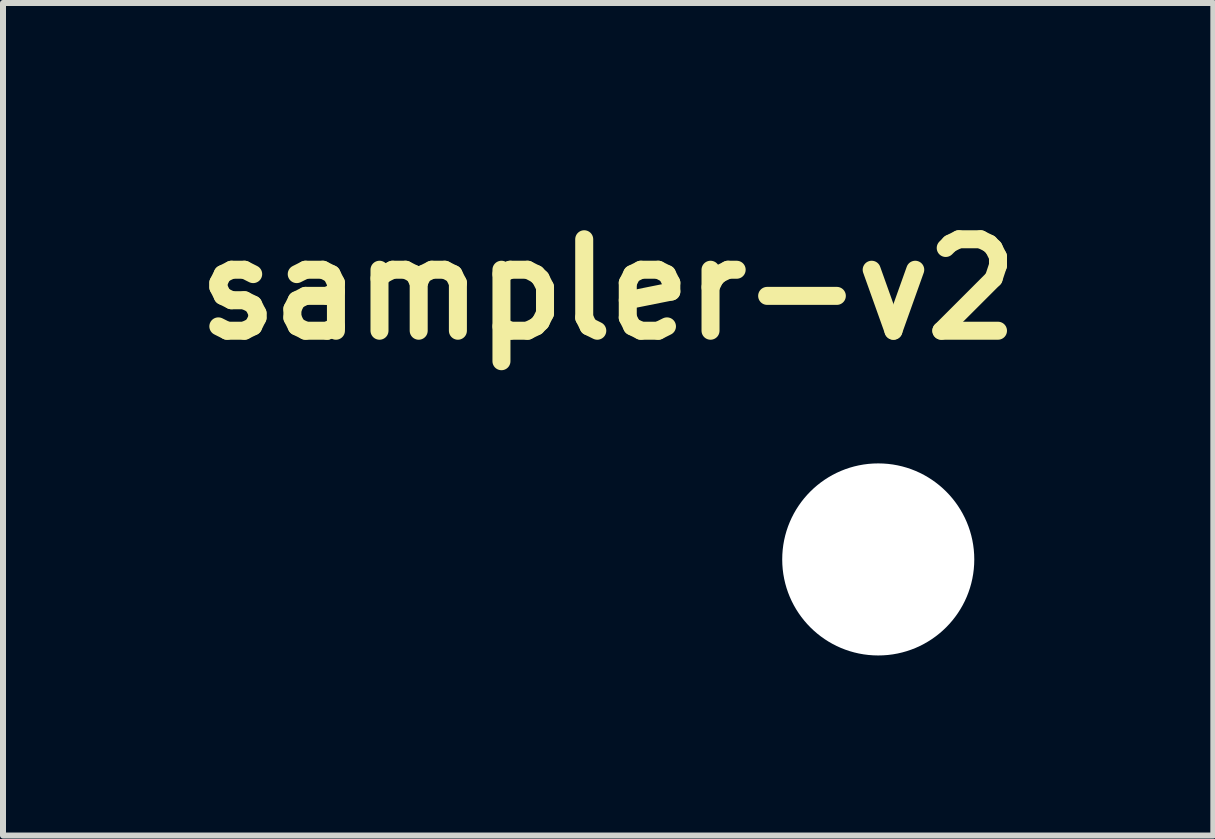
<source format=kicad_pcb>
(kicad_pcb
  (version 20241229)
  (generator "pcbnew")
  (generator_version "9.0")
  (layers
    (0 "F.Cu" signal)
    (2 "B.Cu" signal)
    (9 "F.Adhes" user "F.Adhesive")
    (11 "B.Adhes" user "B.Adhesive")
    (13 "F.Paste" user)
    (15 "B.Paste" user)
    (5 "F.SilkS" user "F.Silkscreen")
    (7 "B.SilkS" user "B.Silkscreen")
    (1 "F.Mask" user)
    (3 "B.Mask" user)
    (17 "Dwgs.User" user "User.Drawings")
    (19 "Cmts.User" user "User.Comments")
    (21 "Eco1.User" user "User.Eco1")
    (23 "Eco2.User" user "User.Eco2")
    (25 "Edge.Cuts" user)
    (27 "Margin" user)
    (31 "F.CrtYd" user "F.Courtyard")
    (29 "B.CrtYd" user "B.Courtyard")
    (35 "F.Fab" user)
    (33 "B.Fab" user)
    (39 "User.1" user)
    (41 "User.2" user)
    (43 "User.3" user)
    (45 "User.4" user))
  (footprint "sampler-v2"
    (layer "F.Cu")
    (at 11.583 6.271)
    (property "Reference" "sampler-v2" (at -4.5 -4.5 0) (layer "F.SilkS") (effects (font (size 1.524 1.524) (thickness 0.3))))
    (attr through_hole)
    (fp_poly (pts (xy -5.366 -6.261) (xy -5.314 -6.239) (xy -5.271 -6.204) (xy -5.24 -6.158) (xy -5.228 -6.126) (xy -5.225 -6.106) (xy -5.222 -6.074) (xy -5.22 -6.033) (xy -5.219 -5.987) (xy -5.219 -5.98) (xy -5.219 -5.865) (xy -5.18 -5.885) (xy -5.129 -5.902) (xy -5.077 -5.903) (xy -5.027 -5.888) (xy -4.982 -5.859) (xy -4.971 -5.849) (xy -4.959 -5.837) (xy -4.949 -5.825) (xy -4.94 -5.814) (xy -4.934 -5.799) (xy -4.928 -5.781) (xy -4.925 -5.758) (xy -4.922 -5.727) (xy -4.919 -5.688) (xy -4.918 -5.638) (xy -4.917 -5.575) (xy -4.916 -5.499) (xy -4.915 -5.419) (xy -4.914 -5.332) (xy -4.913 -5.26) (xy -4.911 -5.202) (xy -4.91 -5.158) (xy -4.909 -5.124) (xy -4.907 -5.101) (xy -4.905 -5.086) (xy -4.903 -5.079) (xy -4.901 -5.077) (xy -4.898 -5.079) (xy -4.877 -5.097) (xy -4.846 -5.114) (xy -4.811 -5.127) (xy -4.794 -5.131) (xy -4.752 -5.131) (xy -4.707 -5.119) (xy -4.665 -5.097) (xy -4.642 -5.078) (xy -4.62 -5.054) (xy -4.605 -5.03) (xy -4.595 -5.002) (xy -4.588 -4.968) (xy -4.585 -4.924) (xy -4.585 -4.871) (xy -4.585 -4.759) (xy -4.561 -4.781) (xy -4.517 -4.813) (xy -4.469 -4.829) (xy -4.432 -4.832) (xy -4.376 -4.825) (xy -4.329 -4.803) (xy -4.291 -4.768) (xy -4.265 -4.722) (xy -4.25 -4.664) (xy -4.246 -4.616) (xy -4.246 -4.551) (xy -4.018 -4.551) (xy -4.016 -4.782) (xy -4.013 -5.013) (xy -3.99 -5.048) (xy -3.955 -5.088) (xy -3.911 -5.115) (xy -3.861 -5.129) (xy -3.81 -5.129) (xy -3.76 -5.115) (xy -3.742 -5.105) (xy -3.704 -5.075) (xy -3.676 -5.039) (xy -3.664 -5.019) (xy -3.657 -5) (xy -3.652 -4.977) (xy -3.649 -4.946) (xy -3.647 -4.91) (xy -3.643 -4.822) (xy -3.621 -4.827) (xy -3.6 -4.832) (xy -3.588 -4.835) (xy -3.567 -4.836) (xy -3.537 -4.829) (xy -3.503 -4.818) (xy -3.473 -4.804) (xy -3.46 -4.796) (xy -3.423 -4.759) (xy -3.398 -4.71) (xy -3.385 -4.651) (xy -3.385 -4.647) (xy -3.382 -4.618) (xy -3.379 -4.603) (xy -3.373 -4.599) (xy -3.363 -4.601) (xy -3.36 -4.602) (xy -3.328 -4.609) (xy -3.291 -4.609) (xy -3.257 -4.603) (xy -3.252 -4.602) (xy -3.23 -4.594) (xy -3.23 -4.777) (xy -3.23 -4.833) (xy -3.229 -4.886) (xy -3.227 -4.931) (xy -3.225 -4.966) (xy -3.223 -4.988) (xy -3.222 -4.992) (xy -3.2 -5.042) (xy -3.169 -5.081) (xy -3.129 -5.109) (xy -3.084 -5.126) (xy -3.037 -5.131) (xy -2.99 -5.124) (xy -2.946 -5.104) (xy -2.907 -5.072) (xy -2.881 -5.034) (xy -2.87 -5.013) (xy -2.863 -4.994) (xy -2.86 -4.971) (xy -2.858 -4.939) (xy -2.858 -4.907) (xy -2.858 -4.821) (xy -2.826 -4.827) (xy -2.791 -4.833) (xy -2.761 -4.832) (xy -2.729 -4.827) (xy -2.698 -4.821) (xy -2.693 -5.785) (xy -2.668 -5.822) (xy -2.635 -5.857) (xy -2.592 -5.884) (xy -2.545 -5.901) (xy -2.512 -5.905) (xy -2.461 -5.897) (xy -2.413 -5.874) (xy -2.374 -5.839) (xy -2.344 -5.795) (xy -2.338 -5.779) (xy -2.334 -5.767) (xy -2.332 -5.75) (xy -2.329 -5.728) (xy -2.328 -5.698) (xy -2.326 -5.659) (xy -2.326 -5.609) (xy -2.325 -5.546) (xy -2.325 -5.469) (xy -2.325 -5.429) (xy -2.325 -5.348) (xy -2.325 -5.283) (xy -2.324 -5.231) (xy -2.324 -5.191) (xy -2.323 -5.162) (xy -2.321 -5.142) (xy -2.319 -5.13) (xy -2.317 -5.123) (xy -2.313 -5.121) (xy -2.31 -5.121) (xy -2.253 -5.131) (xy -2.201 -5.126) (xy -2.154 -5.104) (xy -2.13 -5.086) (xy -2.111 -5.069) (xy -2.096 -5.053) (xy -2.084 -5.035) (xy -2.076 -5.014) (xy -2.07 -4.987) (xy -2.066 -4.952) (xy -2.064 -4.907) (xy -2.063 -4.849) (xy -2.063 -4.777) (xy -2.063 -4.769) (xy -2.062 -4.552) (xy -1.866 -4.549) (xy -1.669 -4.547) (xy -1.628 -4.523) (xy -1.586 -4.489) (xy -1.556 -4.445) (xy -1.54 -4.395) (xy -1.538 -4.342) (xy -1.55 -4.292) (xy -1.571 -4.256) (xy -1.602 -4.223) (xy -1.639 -4.197) (xy -1.664 -4.187) (xy -1.681 -4.184) (xy -1.713 -4.182) (xy -1.755 -4.18) (xy -1.805 -4.179) (xy -1.86 -4.178) (xy -1.878 -4.178) (xy -2.062 -4.178) (xy -2.063 -3.96) (xy -2.063 -3.893) (xy -2.063 -3.84) (xy -2.064 -3.799) (xy -2.066 -3.769) (xy -2.068 -3.746) (xy -2.071 -3.729) (xy -2.075 -3.716) (xy -2.078 -3.709) (xy -2.108 -3.663) (xy -2.147 -3.628) (xy -2.193 -3.605) (xy -2.243 -3.595) (xy -2.293 -3.601) (xy -2.324 -3.61) (xy -2.327 -3.282) (xy -2.329 -2.954) (xy -2.355 -2.913) (xy -2.389 -2.871) (xy -2.432 -2.843) (xy -2.479 -2.827) (xy -2.529 -2.825) (xy -2.577 -2.836) (xy -2.622 -2.861) (xy -2.661 -2.898) (xy -2.67 -2.91) (xy -2.693 -2.946) (xy -2.695 -3.427) (xy -2.698 -3.908) (xy -2.721 -3.901) (xy -2.755 -3.896) (xy -2.796 -3.896) (xy -2.831 -3.9) (xy -2.834 -3.901) (xy -2.857 -3.907) (xy -2.859 -3.812) (xy -2.861 -3.769) (xy -2.863 -3.739) (xy -2.867 -3.718) (xy -2.873 -3.701) (xy -2.883 -3.685) (xy -2.885 -3.681) (xy -2.921 -3.64) (xy -2.965 -3.613) (xy -3.012 -3.599) (xy -3.062 -3.598) (xy -3.11 -3.611) (xy -3.154 -3.635) (xy -3.191 -3.673) (xy -3.207 -3.699) (xy -3.213 -3.711) (xy -3.218 -3.724) (xy -3.222 -3.74) (xy -3.224 -3.761) (xy -3.226 -3.791) (xy -3.227 -3.83) (xy -3.228 -3.883) (xy -3.229 -3.929) (xy -3.232 -4.123) (xy -3.383 -4.123) (xy -3.383 -4.09) (xy -3.39 -4.036) (xy -3.411 -3.987) (xy -3.443 -3.949) (xy -3.486 -3.915) (xy -3.535 -3.896) (xy -3.585 -3.893) (xy -3.61 -3.897) (xy -3.643 -3.905) (xy -3.647 -3.82) (xy -3.65 -3.773) (xy -3.655 -3.739) (xy -3.663 -3.712) (xy -3.669 -3.699) (xy -3.701 -3.654) (xy -3.744 -3.621) (xy -3.795 -3.6) (xy -3.841 -3.594) (xy -3.878 -3.601) (xy -3.918 -3.618) (xy -3.955 -3.644) (xy -3.985 -3.673) (xy -3.988 -3.678) (xy -4.013 -3.714) (xy -4.016 -3.946) (xy -4.018 -4.178) (xy -4.246 -4.178) (xy -4.246 -4.118) (xy -4.249 -4.064) (xy -4.258 -4.021) (xy -4.275 -3.986) (xy -4.302 -3.953) (xy -4.306 -3.949) (xy -4.35 -3.915) (xy -4.399 -3.897) (xy -4.449 -3.893) (xy -4.499 -3.905) (xy -4.545 -3.933) (xy -4.553 -3.94) (xy -4.585 -3.969) (xy -4.585 -3.854) (xy -4.585 -3.808) (xy -4.586 -3.774) (xy -4.588 -3.75) (xy -4.592 -3.731) (xy -4.599 -3.714) (xy -4.608 -3.695) (xy -4.639 -3.652) (xy -4.679 -3.621) (xy -4.725 -3.602) (xy -4.774 -3.596) (xy -4.823 -3.603) (xy -4.868 -3.625) (xy -4.885 -3.638) (xy -4.915 -3.664) (xy -4.915 -2.971) (xy -4.936 -2.928) (xy -4.969 -2.881) (xy -5.013 -2.846) (xy -5.036 -2.834) (xy -5.071 -2.826) (xy -5.114 -2.825) (xy -5.156 -2.832) (xy -5.181 -2.841) (xy -5.202 -2.851) (xy -5.215 -2.857) (xy -5.217 -2.858) (xy -5.218 -2.85) (xy -5.219 -2.828) (xy -5.219 -2.796) (xy -5.219 -2.756) (xy -5.219 -2.748) (xy -5.22 -2.686) (xy -5.223 -2.639) (xy -5.229 -2.602) (xy -5.239 -2.572) (xy -5.254 -2.547) (xy -5.274 -2.523) (xy -5.278 -2.519) (xy -5.322 -2.483) (xy -5.37 -2.464) (xy -5.421 -2.461) (xy -5.474 -2.476) (xy -5.491 -2.483) (xy -5.537 -2.515) (xy -5.562 -2.543) (xy -5.588 -2.58) (xy -5.59 -3.323) (xy -5.592 -4.067) (xy -5.632 -4.054) (xy -5.68 -4.046) (xy -5.727 -4.05) (xy -5.747 -4.056) (xy -5.751 -4.056) (xy -5.753 -4.052) (xy -5.756 -4.042) (xy -5.757 -4.025) (xy -5.759 -3.999) (xy -5.76 -3.963) (xy -5.761 -3.915) (xy -5.762 -3.854) (xy -5.762 -3.779) (xy -5.763 -3.733) (xy -5.764 -3.649) (xy -5.764 -3.581) (xy -5.765 -3.526) (xy -5.766 -3.483) (xy -5.767 -3.45) (xy -5.769 -3.425) (xy -5.771 -3.407) (xy -5.774 -3.394) (xy -5.777 -3.383) (xy -5.782 -3.374) (xy -5.784 -3.37) (xy -5.817 -3.323) (xy -5.859 -3.291) (xy -5.91 -3.273) (xy -5.952 -3.269) (xy -6.007 -3.276) (xy -6.054 -3.298) (xy -6.093 -3.335) (xy -6.123 -3.386) (xy -6.123 -3.386) (xy -6.126 -3.399) (xy -6.129 -3.422) (xy -6.131 -3.456) (xy -6.132 -3.502) (xy -6.133 -3.563) (xy -6.133 -3.638) (xy -6.134 -3.676) (xy -6.134 -3.942) (xy -6.174 -3.918) (xy -6.222 -3.9) (xy -6.274 -3.894) (xy -6.325 -3.903) (xy -6.35 -3.914) (xy -6.385 -3.932) (xy -6.389 -3.837) (xy -6.394 -3.773) (xy -6.404 -3.723) (xy -6.419 -3.685) (xy -6.442 -3.654) (xy -6.472 -3.63) (xy -6.502 -3.614) (xy -6.533 -3.603) (xy -6.564 -3.596) (xy -6.578 -3.595) (xy -6.617 -3.601) (xy -6.658 -3.617) (xy -6.697 -3.64) (xy -6.72 -3.662) (xy -6.743 -3.689) (xy -6.743 -3.551) (xy -6.744 -3.489) (xy -6.746 -3.442) (xy -6.751 -3.405) (xy -6.759 -3.377) (xy -6.772 -3.354) (xy -6.789 -3.332) (xy -6.809 -3.314) (xy -6.855 -3.282) (xy -6.904 -3.267) (xy -6.954 -3.267) (xy -7.003 -3.284) (xy -7.049 -3.316) (xy -7.056 -3.323) (xy -7.083 -3.355) (xy -7.101 -3.386) (xy -7.105 -3.396) (xy -7.108 -3.412) (xy -7.11 -3.437) (xy -7.112 -3.474) (xy -7.113 -3.524) (xy -7.114 -3.588) (xy -7.115 -3.665) (xy -7.115 -3.759) (xy -7.115 -3.805) (xy -7.115 -4.178) (xy -7.206 -4.178) (xy -7.261 -4.179) (xy -7.302 -4.183) (xy -7.334 -4.19) (xy -7.36 -4.202) (xy -7.385 -4.219) (xy -7.392 -4.225) (xy -7.427 -4.265) (xy -7.448 -4.311) (xy -7.455 -4.36) (xy -7.449 -4.409) (xy -7.43 -4.456) (xy -7.398 -4.496) (xy -7.363 -4.523) (xy -7.345 -4.533) (xy -7.327 -4.54) (xy -7.307 -4.544) (xy -7.28 -4.547) (xy -7.241 -4.549) (xy -7.219 -4.55) (xy -7.116 -4.553) (xy -7.114 -4.939) (xy -7.113 -5.03) (xy -7.112 -5.105) (xy -7.112 -5.167) (xy -7.111 -5.217) (xy -7.11 -5.256) (xy -7.109 -5.286) (xy -7.107 -5.309) (xy -7.105 -5.325) (xy -7.102 -5.338) (xy -7.099 -5.347) (xy -7.095 -5.356) (xy -7.093 -5.359) (xy -7.06 -5.404) (xy -7.019 -5.436) (xy -6.972 -5.454) (xy -6.922 -5.46) (xy -6.872 -5.451) (xy -6.825 -5.428) (xy -6.792 -5.4) (xy -6.775 -5.38) (xy -6.762 -5.359) (xy -6.753 -5.335) (xy -6.748 -5.304) (xy -6.744 -5.263) (xy -6.743 -5.21) (xy -6.743 -5.175) (xy -6.742 -5.037) (xy -6.725 -5.061) (xy -6.689 -5.096) (xy -6.644 -5.119) (xy -6.594 -5.13) (xy -6.542 -5.127) (xy -6.494 -5.111) (xy -6.487 -5.107) (xy -6.45 -5.079) (xy -6.422 -5.045) (xy -6.403 -5.001) (xy -6.392 -4.946) (xy -6.388 -4.877) (xy -6.387 -4.863) (xy -6.387 -4.832) (xy -6.386 -4.808) (xy -6.383 -4.797) (xy -6.383 -4.796) (xy -6.373 -4.8) (xy -6.36 -4.808) (xy -6.319 -4.826) (xy -6.272 -4.832) (xy -6.225 -4.828) (xy -6.181 -4.814) (xy -6.166 -4.804) (xy -6.149 -4.793) (xy -6.138 -4.788) (xy -6.138 -4.788) (xy -6.137 -4.796) (xy -6.136 -4.819) (xy -6.135 -4.855) (xy -6.134 -4.902) (xy -6.134 -4.957) (xy -6.134 -5.02) (xy -6.134 -5.055) (xy -6.133 -5.134) (xy -6.133 -5.199) (xy -6.132 -5.251) (xy -6.129 -5.291) (xy -6.126 -5.323) (xy -6.12 -5.347) (xy -6.112 -5.366) (xy -6.102 -5.382) (xy -6.088 -5.397) (xy -6.071 -5.412) (xy -6.065 -5.417) (xy -6.02 -5.445) (xy -5.972 -5.458) (xy -5.922 -5.457) (xy -5.873 -5.443) (xy -5.83 -5.415) (xy -5.794 -5.374) (xy -5.789 -5.366) (xy -5.765 -5.325) (xy -5.763 -4.999) (xy -5.76 -4.674) (xy -5.695 -4.674) (xy -5.661 -4.673) (xy -5.631 -4.67) (xy -5.612 -4.667) (xy -5.611 -4.667) (xy -5.592 -4.66) (xy -5.592 -6.127) (xy -5.569 -6.168) (xy -5.537 -6.211) (xy -5.496 -6.243) (xy -5.449 -6.262) (xy -5.398 -6.266) (xy -5.366 -6.261)) (stroke (width 0.01) (type solid)) (fill yes) (layer "F.Mask"))
    (fp_poly (pts (xy -5.366 -6.261) (xy -5.314 -6.239) (xy -5.271 -6.204) (xy -5.24 -6.158) (xy -5.228 -6.126) (xy -5.225 -6.106) (xy -5.222 -6.074) (xy -5.22 -6.033) (xy -5.219 -5.987) (xy -5.219 -5.98) (xy -5.219 -5.865) (xy -5.18 -5.885) (xy -5.129 -5.902) (xy -5.077 -5.903) (xy -5.027 -5.888) (xy -4.982 -5.859) (xy -4.971 -5.849) (xy -4.959 -5.837) (xy -4.949 -5.825) (xy -4.94 -5.814) (xy -4.934 -5.799) (xy -4.928 -5.781) (xy -4.925 -5.758) (xy -4.922 -5.727) (xy -4.919 -5.688) (xy -4.918 -5.638) (xy -4.917 -5.575) (xy -4.916 -5.499) (xy -4.915 -5.419) (xy -4.914 -5.332) (xy -4.913 -5.26) (xy -4.911 -5.202) (xy -4.91 -5.158) (xy -4.909 -5.124) (xy -4.907 -5.101) (xy -4.905 -5.086) (xy -4.903 -5.079) (xy -4.901 -5.077) (xy -4.898 -5.079) (xy -4.877 -5.097) (xy -4.846 -5.114) (xy -4.811 -5.127) (xy -4.794 -5.131) (xy -4.752 -5.131) (xy -4.707 -5.119) (xy -4.665 -5.097) (xy -4.642 -5.078) (xy -4.62 -5.054) (xy -4.605 -5.03) (xy -4.595 -5.002) (xy -4.588 -4.968) (xy -4.585 -4.924) (xy -4.585 -4.871) (xy -4.585 -4.759) (xy -4.561 -4.781) (xy -4.517 -4.813) (xy -4.469 -4.829) (xy -4.432 -4.832) (xy -4.376 -4.825) (xy -4.329 -4.803) (xy -4.291 -4.768) (xy -4.265 -4.722) (xy -4.25 -4.664) (xy -4.246 -4.616) (xy -4.246 -4.551) (xy -4.018 -4.551) (xy -4.016 -4.782) (xy -4.013 -5.013) (xy -3.99 -5.048) (xy -3.955 -5.088) (xy -3.911 -5.115) (xy -3.861 -5.129) (xy -3.81 -5.129) (xy -3.76 -5.115) (xy -3.742 -5.105) (xy -3.704 -5.075) (xy -3.676 -5.039) (xy -3.664 -5.019) (xy -3.657 -5) (xy -3.652 -4.977) (xy -3.649 -4.946) (xy -3.647 -4.91) (xy -3.643 -4.822) (xy -3.621 -4.827) (xy -3.6 -4.832) (xy -3.588 -4.835) (xy -3.567 -4.836) (xy -3.537 -4.829) (xy -3.503 -4.818) (xy -3.473 -4.804) (xy -3.46 -4.796) (xy -3.423 -4.759) (xy -3.398 -4.71) (xy -3.385 -4.651) (xy -3.385 -4.647) (xy -3.382 -4.618) (xy -3.379 -4.603) (xy -3.373 -4.599) (xy -3.363 -4.601) (xy -3.36 -4.602) (xy -3.328 -4.609) (xy -3.291 -4.609) (xy -3.257 -4.603) (xy -3.252 -4.602) (xy -3.23 -4.594) (xy -3.23 -4.777) (xy -3.23 -4.833) (xy -3.229 -4.886) (xy -3.227 -4.931) (xy -3.225 -4.966) (xy -3.223 -4.988) (xy -3.222 -4.992) (xy -3.2 -5.042) (xy -3.169 -5.081) (xy -3.129 -5.109) (xy -3.084 -5.126) (xy -3.037 -5.131) (xy -2.99 -5.124) (xy -2.946 -5.104) (xy -2.907 -5.072) (xy -2.881 -5.034) (xy -2.87 -5.013) (xy -2.863 -4.994) (xy -2.86 -4.971) (xy -2.858 -4.939) (xy -2.858 -4.907) (xy -2.858 -4.821) (xy -2.826 -4.827) (xy -2.791 -4.833) (xy -2.761 -4.832) (xy -2.729 -4.827) (xy -2.698 -4.821) (xy -2.693 -5.785) (xy -2.668 -5.822) (xy -2.635 -5.857) (xy -2.592 -5.884) (xy -2.545 -5.901) (xy -2.512 -5.905) (xy -2.461 -5.897) (xy -2.413 -5.874) (xy -2.374 -5.839) (xy -2.344 -5.795) (xy -2.338 -5.779) (xy -2.334 -5.767) (xy -2.332 -5.75) (xy -2.329 -5.728) (xy -2.328 -5.698) (xy -2.326 -5.659) (xy -2.326 -5.609) (xy -2.325 -5.546) (xy -2.325 -5.469) (xy -2.325 -5.429) (xy -2.325 -5.348) (xy -2.325 -5.283) (xy -2.324 -5.231) (xy -2.324 -5.191) (xy -2.323 -5.162) (xy -2.321 -5.142) (xy -2.319 -5.13) (xy -2.317 -5.123) (xy -2.313 -5.121) (xy -2.31 -5.121) (xy -2.253 -5.131) (xy -2.201 -5.126) (xy -2.154 -5.104) (xy -2.13 -5.086) (xy -2.111 -5.069) (xy -2.096 -5.053) (xy -2.084 -5.035) (xy -2.076 -5.014) (xy -2.07 -4.987) (xy -2.066 -4.952) (xy -2.064 -4.907) (xy -2.063 -4.849) (xy -2.063 -4.777) (xy -2.063 -4.769) (xy -2.062 -4.552) (xy -1.866 -4.549) (xy -1.669 -4.547) (xy -1.628 -4.523) (xy -1.586 -4.489) (xy -1.556 -4.445) (xy -1.54 -4.395) (xy -1.538 -4.342) (xy -1.55 -4.292) (xy -1.571 -4.256) (xy -1.602 -4.223) (xy -1.639 -4.197) (xy -1.664 -4.187) (xy -1.681 -4.184) (xy -1.713 -4.182) (xy -1.755 -4.18) (xy -1.805 -4.179) (xy -1.86 -4.178) (xy -1.878 -4.178) (xy -2.062 -4.178) (xy -2.063 -3.96) (xy -2.063 -3.893) (xy -2.063 -3.84) (xy -2.064 -3.799) (xy -2.066 -3.769) (xy -2.068 -3.746) (xy -2.071 -3.729) (xy -2.075 -3.716) (xy -2.078 -3.709) (xy -2.108 -3.663) (xy -2.147 -3.628) (xy -2.193 -3.605) (xy -2.243 -3.595) (xy -2.293 -3.601) (xy -2.324 -3.61) (xy -2.327 -3.282) (xy -2.329 -2.954) (xy -2.355 -2.913) (xy -2.389 -2.871) (xy -2.432 -2.843) (xy -2.479 -2.827) (xy -2.529 -2.825) (xy -2.577 -2.836) (xy -2.622 -2.861) (xy -2.661 -2.898) (xy -2.67 -2.91) (xy -2.693 -2.946) (xy -2.695 -3.427) (xy -2.698 -3.908) (xy -2.721 -3.901) (xy -2.755 -3.896) (xy -2.796 -3.896) (xy -2.831 -3.9) (xy -2.834 -3.901) (xy -2.857 -3.907) (xy -2.859 -3.812) (xy -2.861 -3.769) (xy -2.863 -3.739) (xy -2.867 -3.718) (xy -2.873 -3.701) (xy -2.883 -3.685) (xy -2.885 -3.681) (xy -2.921 -3.64) (xy -2.965 -3.613) (xy -3.012 -3.599) (xy -3.062 -3.598) (xy -3.11 -3.611) (xy -3.154 -3.635) (xy -3.191 -3.673) (xy -3.207 -3.699) (xy -3.213 -3.711) (xy -3.218 -3.724) (xy -3.222 -3.74) (xy -3.224 -3.761) (xy -3.226 -3.791) (xy -3.227 -3.83) (xy -3.228 -3.883) (xy -3.229 -3.929) (xy -3.232 -4.123) (xy -3.383 -4.123) (xy -3.383 -4.09) (xy -3.39 -4.036) (xy -3.411 -3.987) (xy -3.443 -3.949) (xy -3.486 -3.915) (xy -3.535 -3.896) (xy -3.585 -3.893) (xy -3.61 -3.897) (xy -3.643 -3.905) (xy -3.647 -3.82) (xy -3.65 -3.773) (xy -3.655 -3.739) (xy -3.663 -3.712) (xy -3.669 -3.699) (xy -3.701 -3.654) (xy -3.744 -3.621) (xy -3.795 -3.6) (xy -3.841 -3.594) (xy -3.878 -3.601) (xy -3.918 -3.618) (xy -3.955 -3.644) (xy -3.985 -3.673) (xy -3.988 -3.678) (xy -4.013 -3.714) (xy -4.016 -3.946) (xy -4.018 -4.178) (xy -4.246 -4.178) (xy -4.246 -4.118) (xy -4.249 -4.064) (xy -4.258 -4.021) (xy -4.275 -3.986) (xy -4.302 -3.953) (xy -4.306 -3.949) (xy -4.35 -3.915) (xy -4.399 -3.897) (xy -4.449 -3.893) (xy -4.499 -3.905) (xy -4.545 -3.933) (xy -4.553 -3.94) (xy -4.585 -3.969) (xy -4.585 -3.854) (xy -4.585 -3.808) (xy -4.586 -3.774) (xy -4.588 -3.75) (xy -4.592 -3.731) (xy -4.599 -3.714) (xy -4.608 -3.695) (xy -4.639 -3.652) (xy -4.679 -3.621) (xy -4.725 -3.602) (xy -4.774 -3.596) (xy -4.823 -3.603) (xy -4.868 -3.625) (xy -4.885 -3.638) (xy -4.915 -3.664) (xy -4.915 -2.971) (xy -4.936 -2.928) (xy -4.969 -2.881) (xy -5.013 -2.846) (xy -5.036 -2.834) (xy -5.071 -2.826) (xy -5.114 -2.825) (xy -5.156 -2.832) (xy -5.181 -2.841) (xy -5.202 -2.851) (xy -5.215 -2.857) (xy -5.217 -2.858) (xy -5.218 -2.85) (xy -5.219 -2.828) (xy -5.219 -2.796) (xy -5.219 -2.756) (xy -5.219 -2.748) (xy -5.22 -2.686) (xy -5.223 -2.639) (xy -5.229 -2.602) (xy -5.239 -2.572) (xy -5.254 -2.547) (xy -5.274 -2.523) (xy -5.278 -2.519) (xy -5.322 -2.483) (xy -5.37 -2.464) (xy -5.421 -2.461) (xy -5.474 -2.476) (xy -5.491 -2.483) (xy -5.537 -2.515) (xy -5.562 -2.543) (xy -5.588 -2.58) (xy -5.59 -3.323) (xy -5.592 -4.067) (xy -5.632 -4.054) (xy -5.68 -4.046) (xy -5.727 -4.05) (xy -5.747 -4.056) (xy -5.751 -4.056) (xy -5.753 -4.052) (xy -5.756 -4.042) (xy -5.757 -4.025) (xy -5.759 -3.999) (xy -5.76 -3.963) (xy -5.761 -3.915) (xy -5.762 -3.854) (xy -5.762 -3.779) (xy -5.763 -3.733) (xy -5.764 -3.649) (xy -5.764 -3.581) (xy -5.765 -3.526) (xy -5.766 -3.483) (xy -5.767 -3.45) (xy -5.769 -3.425) (xy -5.771 -3.407) (xy -5.774 -3.394) (xy -5.777 -3.383) (xy -5.782 -3.374) (xy -5.784 -3.37) (xy -5.817 -3.323) (xy -5.859 -3.291) (xy -5.91 -3.273) (xy -5.952 -3.269) (xy -6.007 -3.276) (xy -6.054 -3.298) (xy -6.093 -3.335) (xy -6.123 -3.386) (xy -6.123 -3.386) (xy -6.126 -3.399) (xy -6.129 -3.422) (xy -6.131 -3.456) (xy -6.132 -3.502) (xy -6.133 -3.563) (xy -6.133 -3.638) (xy -6.134 -3.676) (xy -6.134 -3.942) (xy -6.174 -3.918) (xy -6.222 -3.9) (xy -6.274 -3.894) (xy -6.325 -3.903) (xy -6.35 -3.914) (xy -6.385 -3.932) (xy -6.389 -3.837) (xy -6.394 -3.773) (xy -6.404 -3.723) (xy -6.419 -3.685) (xy -6.442 -3.654) (xy -6.472 -3.63) (xy -6.502 -3.614) (xy -6.533 -3.603) (xy -6.564 -3.596) (xy -6.578 -3.595) (xy -6.617 -3.601) (xy -6.658 -3.617) (xy -6.697 -3.64) (xy -6.72 -3.662) (xy -6.743 -3.689) (xy -6.743 -3.551) (xy -6.744 -3.489) (xy -6.746 -3.442) (xy -6.751 -3.405) (xy -6.759 -3.377) (xy -6.772 -3.354) (xy -6.789 -3.332) (xy -6.809 -3.314) (xy -6.855 -3.282) (xy -6.904 -3.267) (xy -6.954 -3.267) (xy -7.003 -3.284) (xy -7.049 -3.316) (xy -7.056 -3.323) (xy -7.083 -3.355) (xy -7.101 -3.386) (xy -7.105 -3.396) (xy -7.108 -3.412) (xy -7.11 -3.437) (xy -7.112 -3.474) (xy -7.113 -3.524) (xy -7.114 -3.588) (xy -7.115 -3.665) (xy -7.115 -3.759) (xy -7.115 -3.805) (xy -7.115 -4.178) (xy -7.206 -4.178) (xy -7.261 -4.179) (xy -7.302 -4.183) (xy -7.334 -4.19) (xy -7.36 -4.202) (xy -7.385 -4.219) (xy -7.392 -4.225) (xy -7.427 -4.265) (xy -7.448 -4.311) (xy -7.455 -4.36) (xy -7.449 -4.409) (xy -7.43 -4.456) (xy -7.398 -4.496) (xy -7.363 -4.523) (xy -7.345 -4.533) (xy -7.327 -4.54) (xy -7.307 -4.544) (xy -7.28 -4.547) (xy -7.241 -4.549) (xy -7.219 -4.55) (xy -7.116 -4.553) (xy -7.114 -4.939) (xy -7.113 -5.03) (xy -7.112 -5.105) (xy -7.112 -5.167) (xy -7.111 -5.217) (xy -7.11 -5.256) (xy -7.109 -5.286) (xy -7.107 -5.309) (xy -7.105 -5.325) (xy -7.102 -5.338) (xy -7.099 -5.347) (xy -7.095 -5.356) (xy -7.093 -5.359) (xy -7.06 -5.404) (xy -7.019 -5.436) (xy -6.972 -5.454) (xy -6.922 -5.46) (xy -6.872 -5.451) (xy -6.825 -5.428) (xy -6.792 -5.4) (xy -6.775 -5.38) (xy -6.762 -5.359) (xy -6.753 -5.335) (xy -6.748 -5.304) (xy -6.744 -5.263) (xy -6.743 -5.21) (xy -6.743 -5.175) (xy -6.742 -5.037) (xy -6.725 -5.061) (xy -6.689 -5.096) (xy -6.644 -5.119) (xy -6.594 -5.13) (xy -6.542 -5.127) (xy -6.494 -5.111) (xy -6.487 -5.107) (xy -6.45 -5.079) (xy -6.422 -5.045) (xy -6.403 -5.001) (xy -6.392 -4.946) (xy -6.388 -4.877) (xy -6.387 -4.863) (xy -6.387 -4.832) (xy -6.386 -4.808) (xy -6.383 -4.797) (xy -6.383 -4.796) (xy -6.373 -4.8) (xy -6.36 -4.808) (xy -6.319 -4.826) (xy -6.272 -4.832) (xy -6.225 -4.828) (xy -6.181 -4.814) (xy -6.166 -4.804) (xy -6.149 -4.793) (xy -6.138 -4.788) (xy -6.138 -4.788) (xy -6.137 -4.796) (xy -6.136 -4.819) (xy -6.135 -4.855) (xy -6.134 -4.902) (xy -6.134 -4.957) (xy -6.134 -5.02) (xy -6.134 -5.055) (xy -6.133 -5.134) (xy -6.133 -5.199) (xy -6.132 -5.251) (xy -6.129 -5.291) (xy -6.126 -5.323) (xy -6.12 -5.347) (xy -6.112 -5.366) (xy -6.102 -5.382) (xy -6.088 -5.397) (xy -6.071 -5.412) (xy -6.065 -5.417) (xy -6.02 -5.445) (xy -5.972 -5.458) (xy -5.922 -5.457) (xy -5.873 -5.443) (xy -5.83 -5.415) (xy -5.794 -5.374) (xy -5.789 -5.366) (xy -5.765 -5.325) (xy -5.763 -4.999) (xy -5.76 -4.674) (xy -5.695 -4.674) (xy -5.661 -4.673) (xy -5.631 -4.67) (xy -5.612 -4.667) (xy -5.611 -4.667) (xy -5.592 -4.66) (xy -5.592 -6.127) (xy -5.569 -6.168) (xy -5.537 -6.211) (xy -5.496 -6.243) (xy -5.449 -6.262) (xy -5.398 -6.266) (xy -5.366 -6.261)) (stroke (width 0.01) (type solid)) (fill yes) (layer "B.Mask"))
    (pad "" np_thru_hole circle (at 0 0) (size 3.2 3.2) (drill 3.2) (layers "*.Cu" "*.Mask")))
  (gr_rect
    (start -3 -3)
    (end 17.166 10.871)
    (stroke (width 0.1) (type default))
    (fill no)
    (layer "Edge.Cuts")))
</source>
